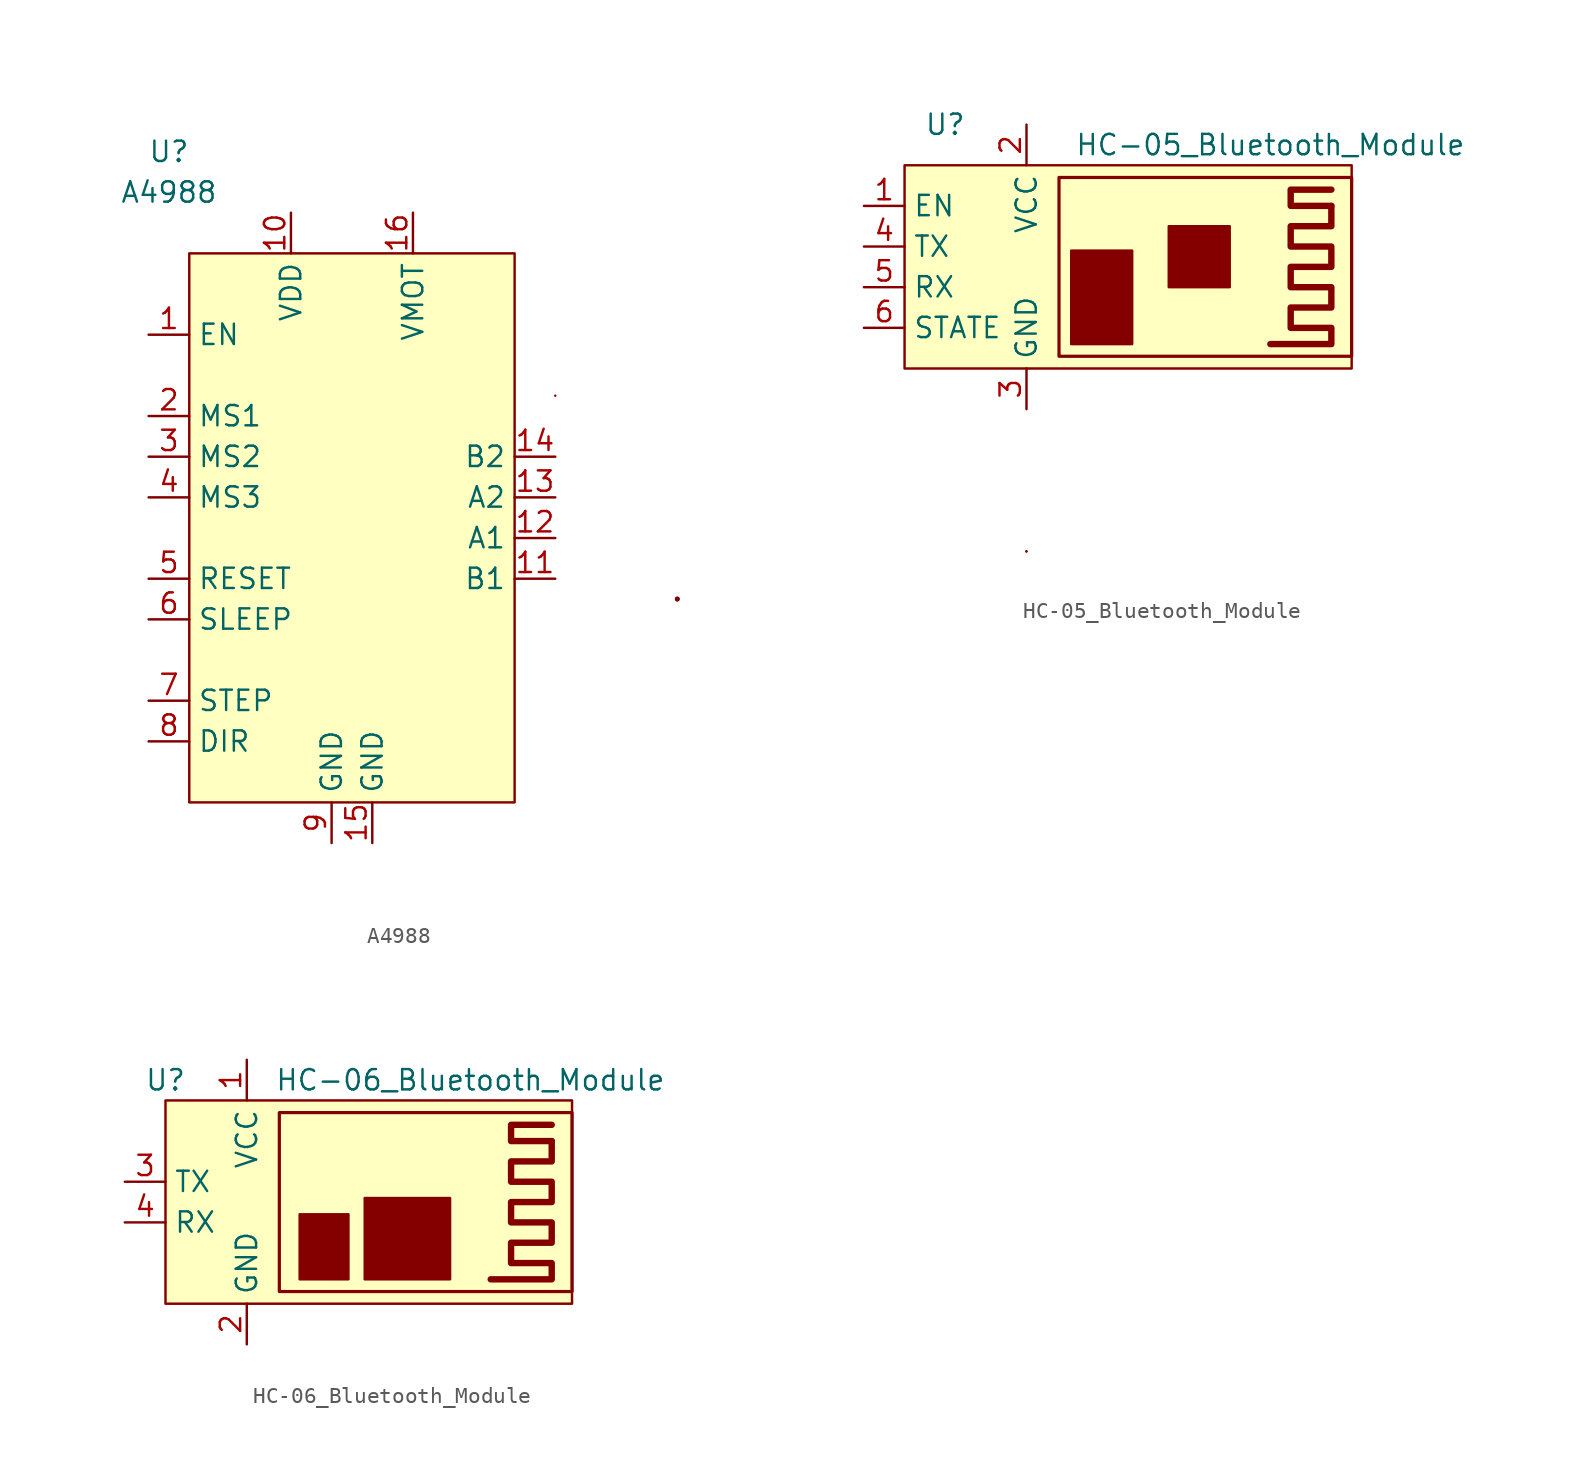
<source format=kicad_sym>
(kicad_symbol_lib
  (version 20211014)
  (generator kicad_symbol_editor)
  (symbol "A4988"
    (property "Reference" "U"
      (at -11.43 22.86 0)
      (effects (font (size 1.27 1.27))))
    (property "Value" "A4988"
      (at -11.43 20.32 0)
      (effects (font (size 1.27 1.27))))
    (symbol "A4988_0_1"
      (rectangle (start -10.16 16.51) (end 10.16 -17.78) (stroke (width 0) (type default) (color 0 0 0 0)) (fill (type background)))
      (rectangle (start 12.7 7.62) (end 12.7 7.62) (stroke (width 0) (type default) (color 0 0 0 0)) (fill (type none)))
      (rectangle (start 20.32 -5.08) (end 20.32 -5.08) (stroke (width 0) (type default) (color 0 0 0 0)) (fill (type none)))
      (circle (center 20.32 -5.08) (radius 0.0001) (stroke (width 0) (type default) (color 0 0 0 0)) (fill (type none)))
      (circle (center 20.32 -5.08) (radius 0.0001) (stroke (width 0) (type default) (color 0 0 0 0)) (fill (type none))))
    (symbol "A4988_1_1"
      (pin bidirectional line (at -12.7 11.43 0) (length 2.54) (name "EN" (effects (font (size 1.27 1.27)))) (number "1" (effects (font (size 1.27 1.27)))))
      (pin power_in line (at -3.81 19.05 270) (length 2.54) (name "VDD" (effects (font (size 1.27 1.27)))) (number "10" (effects (font (size 1.27 1.27)))))
      (pin bidirectional line (at 12.7 -3.81 180) (length 2.54) (name "B1" (effects (font (size 1.27 1.27)))) (number "11" (effects (font (size 1.27 1.27)))))
      (pin bidirectional line (at 12.7 -1.27 180) (length 2.54) (name "A1" (effects (font (size 1.27 1.27)))) (number "12" (effects (font (size 1.27 1.27)))))
      (pin bidirectional line (at 12.7 1.27 180) (length 2.54) (name "A2" (effects (font (size 1.27 1.27)))) (number "13" (effects (font (size 1.27 1.27)))))
      (pin bidirectional line (at 12.7 3.81 180) (length 2.54) (name "B2" (effects (font (size 1.27 1.27)))) (number "14" (effects (font (size 1.27 1.27)))))
      (pin power_in line (at 1.27 -20.32 90) (length 2.54) (name "GND" (effects (font (size 1.27 1.27)))) (number "15" (effects (font (size 1.27 1.27)))))
      (pin power_in line (at 3.81 19.05 270) (length 2.54) (name "VMOT" (effects (font (size 1.27 1.27)))) (number "16" (effects (font (size 1.27 1.27)))))
      (pin bidirectional line (at -12.7 6.35 0) (length 2.54) (name "MS1" (effects (font (size 1.27 1.27)))) (number "2" (effects (font (size 1.27 1.27)))))
      (pin bidirectional line (at -12.7 3.81 0) (length 2.54) (name "MS2" (effects (font (size 1.27 1.27)))) (number "3" (effects (font (size 1.27 1.27)))))
      (pin bidirectional line (at -12.7 1.27 0) (length 2.54) (name "MS3" (effects (font (size 1.27 1.27)))) (number "4" (effects (font (size 1.27 1.27)))))
      (pin bidirectional line (at -12.7 -3.81 0) (length 2.54) (name "RESET" (effects (font (size 1.27 1.27)))) (number "5" (effects (font (size 1.27 1.27)))))
      (pin bidirectional line (at -12.7 -6.35 0) (length 2.54) (name "SLEEP" (effects (font (size 1.27 1.27)))) (number "6" (effects (font (size 1.27 1.27)))))
      (pin bidirectional line (at -12.7 -11.43 0) (length 2.54) (name "STEP" (effects (font (size 1.27 1.27)))) (number "7" (effects (font (size 1.27 1.27)))))
      (pin bidirectional line (at -12.7 -13.97 0) (length 2.54) (name "DIR" (effects (font (size 1.27 1.27)))) (number "8" (effects (font (size 1.27 1.27)))))
      (pin power_in line (at -1.27 -20.32 90) (length 2.54) (name "GND" (effects (font (size 1.27 1.27)))) (number "9" (effects (font (size 1.27 1.27)))))))
  (symbol "HC-05_Bluetooth_Module"
    (property "Reference" "U"
      (at -6.35 8.89 0)
      (effects (font (size 1.27 1.27))))
    (property "Value" "HC-05_Bluetooth_Module"
      (at 13.97 7.62 0)
      (effects (font (size 1.27 1.27))))
    (symbol "HC-05_Bluetooth_Module_0_1"
      (rectangle (start -8.89 6.35) (end 19.05 -6.35) (stroke (width 0) (type default) (color 0 0 0 0)) (fill (type background)))
      (rectangle (start -1.27 -17.78) (end -1.27 -17.78) (stroke (width 0) (type default) (color 0 0 0 0)) (fill (type none)))
      (rectangle (start -1.27 -17.78) (end -1.27 -17.78) (stroke (width 0) (type default) (color 0 0 0 0)) (fill (type none)))
      (polyline (pts (xy 17.78 3.81) (xy 15.24 3.81) (xy 15.24 4.826) (xy 17.78 4.826)) (stroke (width 0.4) (type default) (color 0 0 0 0)) (fill (type none)))
      (polyline (pts (xy 17.78 3.81) (xy 17.78 2.54) (xy 15.24 2.54) (xy 15.24 1.27) (xy 17.78 1.27) (xy 17.78 0) (xy 15.24 0) (xy 15.24 -1.27) (xy 17.78 -1.27) (xy 17.78 -2.54) (xy 15.24 -2.54) (xy 15.24 -3.81) (xy 17.78 -3.81) (xy 17.78 -4.826) (xy 13.97 -4.826)) (stroke (width 0.4) (type default) (color 0 0 0 0)) (fill (type none)))
      (rectangle (start 0.762 5.588) (end 19.05 -5.588) (stroke (width 0.2) (type default) (color 0 0 0 0)) (fill (type background)))
      (rectangle (start 1.524 1.016) (end 5.334 -4.826) (stroke (width 0) (type default) (color 0 0 0 0)) (fill (type outline)))
      (rectangle (start 7.62 2.54) (end 11.43 -1.27) (stroke (width 0) (type default) (color 0 0 0 0)) (fill (type outline))))
    (symbol "HC-05_Bluetooth_Module_1_1"
      (pin bidirectional line (at -11.43 3.81 0) (length 2.54) (name "EN" (effects (font (size 1.27 1.27)))) (number "1" (effects (font (size 1.27 1.27)))))
      (pin power_in line (at -1.27 8.89 270) (length 2.54) (name "VCC" (effects (font (size 1.27 1.27)))) (number "2" (effects (font (size 1.27 1.27)))))
      (pin power_in line (at -1.27 -8.89 90) (length 2.54) (name "GND" (effects (font (size 1.27 1.27)))) (number "3" (effects (font (size 1.27 1.27)))))
      (pin output line (at -11.43 1.27 0) (length 2.54) (name "TX" (effects (font (size 1.27 1.27)))) (number "4" (effects (font (size 1.27 1.27)))))
      (pin input line (at -11.43 -1.27 0) (length 2.54) (name "RX" (effects (font (size 1.27 1.27)))) (number "5" (effects (font (size 1.27 1.27)))))
      (pin bidirectional line (at -11.43 -3.81 0) (length 2.54) (name "STATE" (effects (font (size 1.27 1.27)))) (number "6" (effects (font (size 1.27 1.27)))))))
  (symbol "HC-06_Bluetooth_Module"
    (property "Reference" "U"
      (at -6.35 7.62 0)
      (effects (font (size 1.27 1.27))))
    (property "Value" "HC-06_Bluetooth_Module"
      (at 12.7 7.62 0)
      (effects (font (size 1.27 1.27))))
    (symbol "HC-06_Bluetooth_Module_0_1"
      (rectangle (start -6.35 6.35) (end 19.05 -6.35) (stroke (width 0) (type default) (color 0 0 0 0)) (fill (type background)))
      (polyline (pts (xy 17.78 3.81) (xy 15.24 3.81) (xy 15.24 4.826) (xy 17.78 4.826)) (stroke (width 0.4) (type default) (color 0 0 0 0)) (fill (type none)))
      (polyline (pts (xy 17.78 3.81) (xy 17.78 2.54) (xy 15.24 2.54) (xy 15.24 1.27) (xy 17.78 1.27) (xy 17.78 0) (xy 15.24 0) (xy 15.24 -1.27) (xy 17.78 -1.27) (xy 17.78 -2.54) (xy 15.24 -2.54) (xy 15.24 -3.81) (xy 17.78 -3.81) (xy 17.78 -4.826) (xy 13.97 -4.826)) (stroke (width 0.4) (type default) (color 0 0 0 0)) (fill (type none)))
      (rectangle (start 0.762 5.588) (end 19.05 -5.588) (stroke (width 0.2) (type default) (color 0 0 0 0)) (fill (type background)))
      (rectangle (start 2.032 -0.762) (end 5.08 -4.826) (stroke (width 0) (type default) (color 0 0 0 0)) (fill (type outline)))
      (rectangle (start 6.096 0.254) (end 11.43 -4.826) (stroke (width 0) (type default) (color 0 0 0 0)) (fill (type outline))))
    (symbol "HC-06_Bluetooth_Module_1_1"
      (pin power_in line (at -1.27 8.89 270) (length 2.54) (name "VCC" (effects (font (size 1.27 1.27)))) (number "1" (effects (font (size 1.27 1.27)))))
      (pin power_in line (at -1.27 -8.89 90) (length 2.54) (name "GND" (effects (font (size 1.27 1.27)))) (number "2" (effects (font (size 1.27 1.27)))))
      (pin output line (at -8.89 1.27 0) (length 2.54) (name "TX" (effects (font (size 1.27 1.27)))) (number "3" (effects (font (size 1.27 1.27)))))
      (pin input line (at -8.89 -1.27 0) (length 2.54) (name "RX" (effects (font (size 1.27 1.27)))) (number "4" (effects (font (size 1.27 1.27))))))))
</source>
